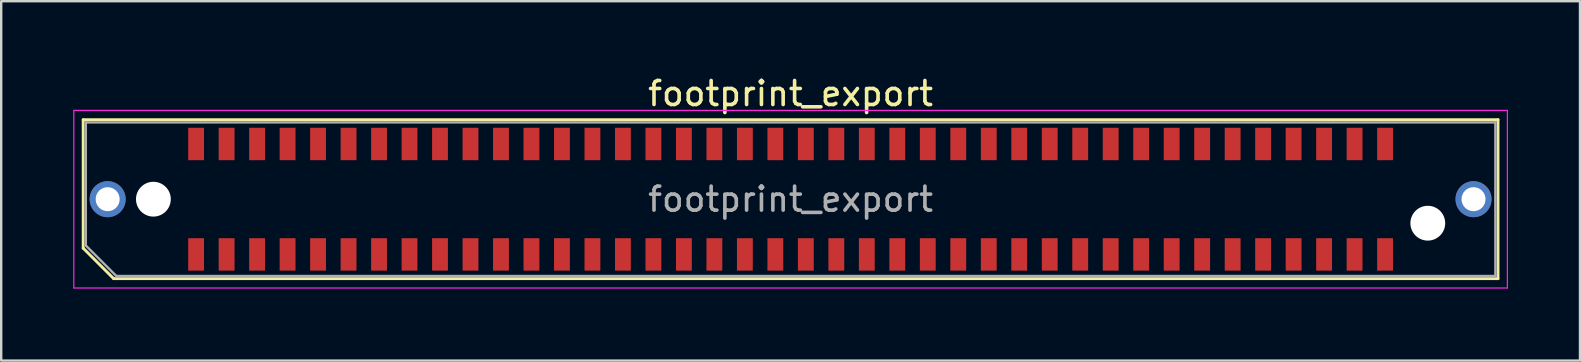
<source format=kicad_pcb>
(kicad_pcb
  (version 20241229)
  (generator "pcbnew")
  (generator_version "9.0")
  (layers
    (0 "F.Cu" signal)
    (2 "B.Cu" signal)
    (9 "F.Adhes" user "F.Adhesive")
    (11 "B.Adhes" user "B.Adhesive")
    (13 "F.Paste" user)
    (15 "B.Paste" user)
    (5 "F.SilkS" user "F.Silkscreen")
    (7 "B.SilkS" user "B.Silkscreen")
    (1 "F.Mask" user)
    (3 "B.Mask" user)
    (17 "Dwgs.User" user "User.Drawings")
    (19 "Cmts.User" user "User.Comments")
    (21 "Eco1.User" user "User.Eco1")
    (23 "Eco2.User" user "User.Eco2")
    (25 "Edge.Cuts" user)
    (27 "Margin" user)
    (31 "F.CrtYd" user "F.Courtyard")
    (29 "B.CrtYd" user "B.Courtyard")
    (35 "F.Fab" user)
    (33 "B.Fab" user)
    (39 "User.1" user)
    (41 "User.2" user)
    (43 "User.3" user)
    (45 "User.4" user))
  (footprint "footprint_export"
    (layer "F.Cu")
    (at 29.885 5.248)
    (property "Reference" "footprint_export" (at 0 -4.4 0) (layer "F.SilkS") (effects (font (size 1 1) (thickness 0.15))))
    (attr smd)
    (fp_line (start -29.47 -3.31) (end 29.47 -3.31) (stroke (width 0.12) (type solid)) (layer "F.SilkS"))
    (fp_line (start -29.47 2.04) (end -29.47 -3.31) (stroke (width 0.12) (type solid)) (layer "F.SilkS"))
    (fp_line (start -28.2 3.31) (end -29.47 2.04) (stroke (width 0.12) (type solid)) (layer "F.SilkS"))
    (fp_line (start -28.2 3.31) (end 29.47 3.31) (stroke (width 0.12) (type solid)) (layer "F.SilkS"))
    (fp_line (start 29.47 3.31) (end 29.47 -3.31) (stroke (width 0.12) (type solid)) (layer "F.SilkS"))
    (fp_line (start -29.86 -3.7) (end -29.86 3.7) (stroke (width 0.05) (type solid)) (layer "F.CrtYd"))
    (fp_line (start -29.86 3.7) (end 29.86 3.7) (stroke (width 0.05) (type solid)) (layer "F.CrtYd"))
    (fp_line (start 29.86 -3.7) (end -29.86 -3.7) (stroke (width 0.05) (type solid)) (layer "F.CrtYd"))
    (fp_line (start 29.86 3.7) (end 29.86 -3.7) (stroke (width 0.05) (type solid)) (layer "F.CrtYd"))
    (fp_line (start -29.36 -3.2) (end 29.36 -3.2) (stroke (width 0.1) (type solid)) (layer "F.Fab"))
    (fp_line (start -29.36 1.93) (end -29.36 -3.2) (stroke (width 0.1) (type solid)) (layer "F.Fab"))
    (fp_line (start -29.36 1.93) (end -28.09 3.2) (stroke (width 0.1) (type solid)) (layer "F.Fab"))
    (fp_line (start -28.09 3.2) (end 29.36 3.2) (stroke (width 0.1) (type solid)) (layer "F.Fab"))
    (fp_line (start 29.36 3.2) (end 29.36 -3.2) (stroke (width 0.1) (type solid)) (layer "F.Fab"))
    (fp_text user "${REFERENCE}" (at 0 0 0) (layer "F.Fab") (effects (font (size 1 1) (thickness 0.15))))
    (pad "" thru_hole circle (at -28.45 0) (size 1.5 1.5) (drill 1) (layers "*.Cu" "*.Mask"))
    (pad "" np_thru_hole circle (at -26.545 0) (size 1.45 1.45) (drill 1.45) (layers "*.Cu" "*.Mask"))
    (pad "" np_thru_hole circle (at 26.545 1) (size 1.45 1.45) (drill 1.45) (layers "*.Cu" "*.Mask"))
    (pad "" thru_hole circle (at 28.45 0) (size 1.5 1.5) (drill 1) (layers "*.Cu" "*.Mask"))
    (pad "1" smd rect (at -24.765 2.3) (size 0.66 1.35) (layers "F.Cu" "F.Mask" "F.Paste"))
    (pad "2" smd rect (at -24.765 -2.3) (size 0.66 1.35) (layers "F.Cu" "F.Mask" "F.Paste"))
    (pad "3" smd rect (at -23.495 2.3) (size 0.66 1.35) (layers "F.Cu" "F.Mask" "F.Paste"))
    (pad "4" smd rect (at -23.495 -2.3) (size 0.66 1.35) (layers "F.Cu" "F.Mask" "F.Paste"))
    (pad "5" smd rect (at -22.225 2.3) (size 0.66 1.35) (layers "F.Cu" "F.Mask" "F.Paste"))
    (pad "6" smd rect (at -22.225 -2.3) (size 0.66 1.35) (layers "F.Cu" "F.Mask" "F.Paste"))
    (pad "7" smd rect (at -20.955 2.3) (size 0.66 1.35) (layers "F.Cu" "F.Mask" "F.Paste"))
    (pad "8" smd rect (at -20.955 -2.3) (size 0.66 1.35) (layers "F.Cu" "F.Mask" "F.Paste"))
    (pad "9" smd rect (at -19.685 2.3) (size 0.66 1.35) (layers "F.Cu" "F.Mask" "F.Paste"))
    (pad "10" smd rect (at -19.685 -2.3) (size 0.66 1.35) (layers "F.Cu" "F.Mask" "F.Paste"))
    (pad "11" smd rect (at -18.415 2.3) (size 0.66 1.35) (layers "F.Cu" "F.Mask" "F.Paste"))
    (pad "12" smd rect (at -18.415 -2.3) (size 0.66 1.35) (layers "F.Cu" "F.Mask" "F.Paste"))
    (pad "13" smd rect (at -17.145 2.3) (size 0.66 1.35) (layers "F.Cu" "F.Mask" "F.Paste"))
    (pad "14" smd rect (at -17.145 -2.3) (size 0.66 1.35) (layers "F.Cu" "F.Mask" "F.Paste"))
    (pad "15" smd rect (at -15.875 2.3) (size 0.66 1.35) (layers "F.Cu" "F.Mask" "F.Paste"))
    (pad "16" smd rect (at -15.875 -2.3) (size 0.66 1.35) (layers "F.Cu" "F.Mask" "F.Paste"))
    (pad "17" smd rect (at -14.605 2.3) (size 0.66 1.35) (layers "F.Cu" "F.Mask" "F.Paste"))
    (pad "18" smd rect (at -14.605 -2.3) (size 0.66 1.35) (layers "F.Cu" "F.Mask" "F.Paste"))
    (pad "19" smd rect (at -13.335 2.3) (size 0.66 1.35) (layers "F.Cu" "F.Mask" "F.Paste"))
    (pad "20" smd rect (at -13.335 -2.3) (size 0.66 1.35) (layers "F.Cu" "F.Mask" "F.Paste"))
    (pad "21" smd rect (at -12.065 2.3) (size 0.66 1.35) (layers "F.Cu" "F.Mask" "F.Paste"))
    (pad "22" smd rect (at -12.065 -2.3) (size 0.66 1.35) (layers "F.Cu" "F.Mask" "F.Paste"))
    (pad "23" smd rect (at -10.795 2.3) (size 0.66 1.35) (layers "F.Cu" "F.Mask" "F.Paste"))
    (pad "24" smd rect (at -10.795 -2.3) (size 0.66 1.35) (layers "F.Cu" "F.Mask" "F.Paste"))
    (pad "25" smd rect (at -9.525 2.3) (size 0.66 1.35) (layers "F.Cu" "F.Mask" "F.Paste"))
    (pad "26" smd rect (at -9.525 -2.3) (size 0.66 1.35) (layers "F.Cu" "F.Mask" "F.Paste"))
    (pad "27" smd rect (at -8.255 2.3) (size 0.66 1.35) (layers "F.Cu" "F.Mask" "F.Paste"))
    (pad "28" smd rect (at -8.255 -2.3) (size 0.66 1.35) (layers "F.Cu" "F.Mask" "F.Paste"))
    (pad "29" smd rect (at -6.985 2.3) (size 0.66 1.35) (layers "F.Cu" "F.Mask" "F.Paste"))
    (pad "30" smd rect (at -6.985 -2.3) (size 0.66 1.35) (layers "F.Cu" "F.Mask" "F.Paste"))
    (pad "31" smd rect (at -5.715 2.3) (size 0.66 1.35) (layers "F.Cu" "F.Mask" "F.Paste"))
    (pad "32" smd rect (at -5.715 -2.3) (size 0.66 1.35) (layers "F.Cu" "F.Mask" "F.Paste"))
    (pad "33" smd rect (at -4.445 2.3) (size 0.66 1.35) (layers "F.Cu" "F.Mask" "F.Paste"))
    (pad "34" smd rect (at -4.445 -2.3) (size 0.66 1.35) (layers "F.Cu" "F.Mask" "F.Paste"))
    (pad "35" smd rect (at -3.175 2.3) (size 0.66 1.35) (layers "F.Cu" "F.Mask" "F.Paste"))
    (pad "36" smd rect (at -3.175 -2.3) (size 0.66 1.35) (layers "F.Cu" "F.Mask" "F.Paste"))
    (pad "37" smd rect (at -1.905 2.3) (size 0.66 1.35) (layers "F.Cu" "F.Mask" "F.Paste"))
    (pad "38" smd rect (at -1.905 -2.3) (size 0.66 1.35) (layers "F.Cu" "F.Mask" "F.Paste"))
    (pad "39" smd rect (at -0.635 2.3) (size 0.66 1.35) (layers "F.Cu" "F.Mask" "F.Paste"))
    (pad "40" smd rect (at -0.635 -2.3) (size 0.66 1.35) (layers "F.Cu" "F.Mask" "F.Paste"))
    (pad "41" smd rect (at 0.635 2.3) (size 0.66 1.35) (layers "F.Cu" "F.Mask" "F.Paste"))
    (pad "42" smd rect (at 0.635 -2.3) (size 0.66 1.35) (layers "F.Cu" "F.Mask" "F.Paste"))
    (pad "43" smd rect (at 1.905 2.3) (size 0.66 1.35) (layers "F.Cu" "F.Mask" "F.Paste"))
    (pad "44" smd rect (at 1.905 -2.3) (size 0.66 1.35) (layers "F.Cu" "F.Mask" "F.Paste"))
    (pad "45" smd rect (at 3.175 2.3) (size 0.66 1.35) (layers "F.Cu" "F.Mask" "F.Paste"))
    (pad "46" smd rect (at 3.175 -2.3) (size 0.66 1.35) (layers "F.Cu" "F.Mask" "F.Paste"))
    (pad "47" smd rect (at 4.445 2.3) (size 0.66 1.35) (layers "F.Cu" "F.Mask" "F.Paste"))
    (pad "48" smd rect (at 4.445 -2.3) (size 0.66 1.35) (layers "F.Cu" "F.Mask" "F.Paste"))
    (pad "49" smd rect (at 5.715 2.3) (size 0.66 1.35) (layers "F.Cu" "F.Mask" "F.Paste"))
    (pad "50" smd rect (at 5.715 -2.3) (size 0.66 1.35) (layers "F.Cu" "F.Mask" "F.Paste"))
    (pad "51" smd rect (at 6.985 2.3) (size 0.66 1.35) (layers "F.Cu" "F.Mask" "F.Paste"))
    (pad "52" smd rect (at 6.985 -2.3) (size 0.66 1.35) (layers "F.Cu" "F.Mask" "F.Paste"))
    (pad "53" smd rect (at 8.255 2.3) (size 0.66 1.35) (layers "F.Cu" "F.Mask" "F.Paste"))
    (pad "54" smd rect (at 8.255 -2.3) (size 0.66 1.35) (layers "F.Cu" "F.Mask" "F.Paste"))
    (pad "55" smd rect (at 9.525 2.3) (size 0.66 1.35) (layers "F.Cu" "F.Mask" "F.Paste"))
    (pad "56" smd rect (at 9.525 -2.3) (size 0.66 1.35) (layers "F.Cu" "F.Mask" "F.Paste"))
    (pad "57" smd rect (at 10.795 2.3) (size 0.66 1.35) (layers "F.Cu" "F.Mask" "F.Paste"))
    (pad "58" smd rect (at 10.795 -2.3) (size 0.66 1.35) (layers "F.Cu" "F.Mask" "F.Paste"))
    (pad "59" smd rect (at 12.065 2.3) (size 0.66 1.35) (layers "F.Cu" "F.Mask" "F.Paste"))
    (pad "60" smd rect (at 12.065 -2.3) (size 0.66 1.35) (layers "F.Cu" "F.Mask" "F.Paste"))
    (pad "61" smd rect (at 13.335 2.3) (size 0.66 1.35) (layers "F.Cu" "F.Mask" "F.Paste"))
    (pad "62" smd rect (at 13.335 -2.3) (size 0.66 1.35) (layers "F.Cu" "F.Mask" "F.Paste"))
    (pad "63" smd rect (at 14.605 2.3) (size 0.66 1.35) (layers "F.Cu" "F.Mask" "F.Paste"))
    (pad "64" smd rect (at 14.605 -2.3) (size 0.66 1.35) (layers "F.Cu" "F.Mask" "F.Paste"))
    (pad "65" smd rect (at 15.875 2.3) (size 0.66 1.35) (layers "F.Cu" "F.Mask" "F.Paste"))
    (pad "66" smd rect (at 15.875 -2.3) (size 0.66 1.35) (layers "F.Cu" "F.Mask" "F.Paste"))
    (pad "67" smd rect (at 17.145 2.3) (size 0.66 1.35) (layers "F.Cu" "F.Mask" "F.Paste"))
    (pad "68" smd rect (at 17.145 -2.3) (size 0.66 1.35) (layers "F.Cu" "F.Mask" "F.Paste"))
    (pad "69" smd rect (at 18.415 2.3) (size 0.66 1.35) (layers "F.Cu" "F.Mask" "F.Paste"))
    (pad "70" smd rect (at 18.415 -2.3) (size 0.66 1.35) (layers "F.Cu" "F.Mask" "F.Paste"))
    (pad "71" smd rect (at 19.685 2.3) (size 0.66 1.35) (layers "F.Cu" "F.Mask" "F.Paste"))
    (pad "72" smd rect (at 19.685 -2.3) (size 0.66 1.35) (layers "F.Cu" "F.Mask" "F.Paste"))
    (pad "73" smd rect (at 20.955 2.3) (size 0.66 1.35) (layers "F.Cu" "F.Mask" "F.Paste"))
    (pad "74" smd rect (at 20.955 -2.3) (size 0.66 1.35) (layers "F.Cu" "F.Mask" "F.Paste"))
    (pad "75" smd rect (at 22.225 2.3) (size 0.66 1.35) (layers "F.Cu" "F.Mask" "F.Paste"))
    (pad "76" smd rect (at 22.225 -2.3) (size 0.66 1.35) (layers "F.Cu" "F.Mask" "F.Paste"))
    (pad "77" smd rect (at 23.495 2.3) (size 0.66 1.35) (layers "F.Cu" "F.Mask" "F.Paste"))
    (pad "78" smd rect (at 23.495 -2.3) (size 0.66 1.35) (layers "F.Cu" "F.Mask" "F.Paste"))
    (pad "79" smd rect (at 24.765 2.3) (size 0.66 1.35) (layers "F.Cu" "F.Mask" "F.Paste"))
    (pad "80" smd rect (at 24.765 -2.3) (size 0.66 1.35) (layers "F.Cu" "F.Mask" "F.Paste")))
  (gr_rect
    (start -3 -3)
    (end 62.77 11.973)
    (stroke (width 0.1) (type default))
    (fill no)
    (layer "Edge.Cuts")))
</source>
